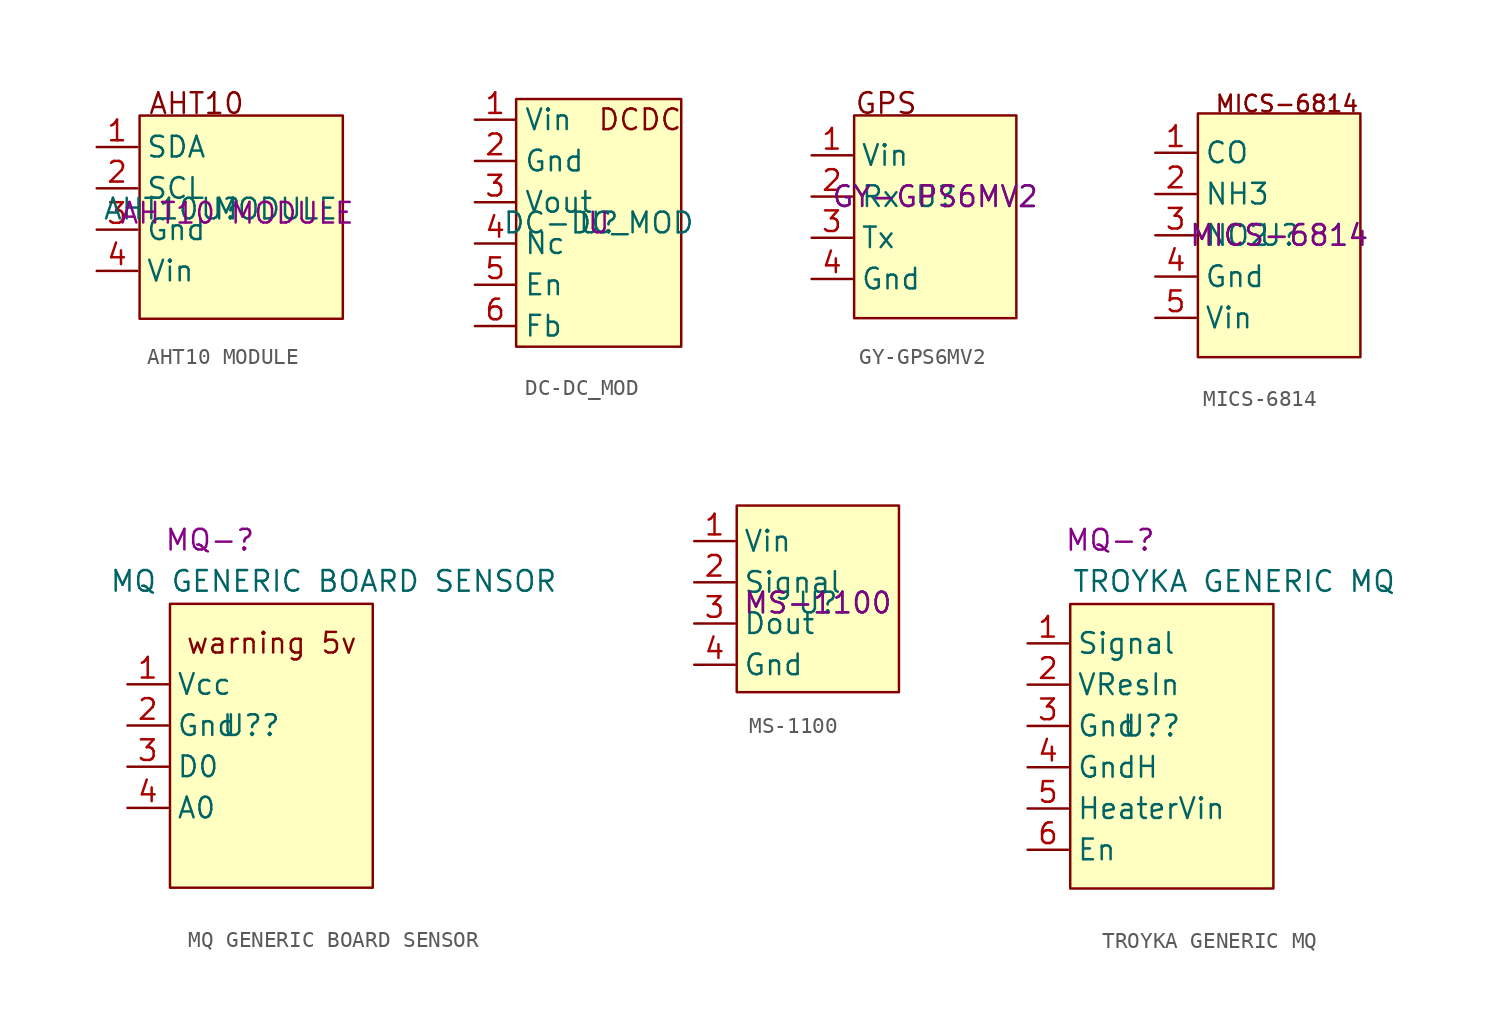
<source format=kicad_sym>
(kicad_symbol_lib
  (version 20211014)
  (generator kicad_symbol_editor)
  (symbol "AHT10 MODULE"
    (property "Reference" "U"
      (at 0 0 0)
      (effects (font (size 1.27 1.27))))
    (property "Value" "AHT10 MODULE"
      (at 0 0 0)
      (effects (font (size 1.27 1.27))))
    (property "Reference_1" ""
      (at 1.016 -0.254 0)
      (effects (font (size 1.27 1.27))))
    (property "Value_1" "AHT10 MODULE"
      (at 1.016 -0.254 0)
      (effects (font (size 1.27 1.27))))
    (symbol "AHT10 MODULE_1_0"
      (rectangle (start -4.984 5.746) (end 7.516 -6.754) (stroke (width 0) (type default) (color 0 0 0 0)) (fill (type background)))
      (text "AHT10" (at -4.484 5.746 0) (effects (font (size 1.27 1.27)) (justify left bottom)))
      (pin power_in line (at -7.62 3.81 0) (length 2.5) (name "SDA" (effects (font (size 1.27 1.27)))) (number "1" (effects (font (size 1.27 1.27)))))
      (pin power_in line (at -7.62 1.27 0) (length 2.5) (name "SCL" (effects (font (size 1.27 1.27)))) (number "2" (effects (font (size 1.27 1.27)))))
      (pin power_in line (at -7.62 -1.27 0) (length 2.5) (name "Gnd" (effects (font (size 1.27 1.27)))) (number "3" (effects (font (size 1.27 1.27)))))
      (pin power_in line (at -7.62 -3.81 0) (length 2.5) (name "Vin" (effects (font (size 1.27 1.27)))) (number "4" (effects (font (size 1.27 1.27)))))))
  (symbol "DC-DC_MOD"
    (property "Reference" "U"
      (at 0 0 0)
      (effects (font (size 1.27 1.27))))
    (property "Value" "DC-DC_MOD"
      (at 0 0 0)
      (effects (font (size 1.27 1.27))))
    (property "Reference_1" "U"
      (at 0 0 0)
      (effects (font (size 1.27 1.27))))
    (property "Value_1" ""
      (at -7.62 -6.35 0)
      (effects (font (size 1.27 1.27))))
    (symbol "DC-DC_MOD_0_1"
      (rectangle (start -5.08 7.62) (end 5.08 -7.62) (stroke (width 0) (type default) (color 0 0 0 0)) (fill (type background)))
      (text "DCDC" (at 2.54 6.35 0) (effects (font (size 1.27 1.27)))))
    (symbol "DC-DC_MOD_1_0"
      (pin power_in line (at -7.62 6.35 0) (length 2.5) (name "Vin" (effects (font (size 1.27 1.27)))) (number "1" (effects (font (size 1.27 1.27)))))
      (pin power_in line (at -7.62 3.81 0) (length 2.5) (name "Gnd" (effects (font (size 1.27 1.27)))) (number "2" (effects (font (size 1.27 1.27)))))
      (pin power_in line (at -7.62 1.27 0) (length 2.5) (name "Vout" (effects (font (size 1.27 1.27)))) (number "3" (effects (font (size 1.27 1.27)))))
      (pin power_in line (at -7.62 -1.27 0) (length 2.5) (name "Nc" (effects (font (size 1.27 1.27)))) (number "4" (effects (font (size 1.27 1.27)))))
      (pin power_in line (at -7.62 -3.81 0) (length 2.5) (name "En" (effects (font (size 1.27 1.27)))) (number "5" (effects (font (size 1.27 1.27)))))
      (pin power_in line (at -7.62 -6.35 0) (length 2.5) (name "Fb" (effects (font (size 1.27 1.27)))) (number "6" (effects (font (size 1.27 1.27)))))))
  (symbol "GY-GPS6MV2"
    (property "Reference" "U"
      (at 0 0 0)
      (effects (font (size 1.27 1.27))))
    (property "Value" "GY-GPS6MV2"
      (at 0 0 0)
      (effects (font (size 1.27 1.27))))
    (property "Reference_1" ""
      (at 0 0 0)
      (effects (font (size 1.27 1.27))))
    (property "Value_1" "GY-GPS6MV2"
      (at 0 0 0)
      (effects (font (size 1.27 1.27))))
    (symbol "GY-GPS6MV2_1_0"
      (rectangle (start 5 5) (end -5 -7.5) (stroke (width 0) (type default) (color 0 0 0 0)) (fill (type background)))
      (text "GPS" (at -5 5 0) (effects (font (size 1.27 1.27)) (justify left bottom)))
      (pin power_in line (at -7.62 2.54 0) (length 2.5) (name "Vin" (effects (font (size 1.27 1.27)))) (number "1" (effects (font (size 1.27 1.27)))))
      (pin input line (at -7.62 0 0) (length 2.5) (name "Rx" (effects (font (size 1.27 1.27)))) (number "2" (effects (font (size 1.27 1.27)))))
      (pin output line (at -7.62 -2.54 0) (length 2.5) (name "Tx" (effects (font (size 1.27 1.27)))) (number "3" (effects (font (size 1.27 1.27)))))
      (pin power_in line (at -7.62 -5.08 0) (length 2.5) (name "Gnd" (effects (font (size 1.27 1.27)))) (number "4" (effects (font (size 1.27 1.27)))))))
  (symbol "MICS-6814"
    (property "Reference" "U"
      (at 0 0 0)
      (effects (font (size 1.27 1.27))))
    (property "Value" "MICS-6814"
      (at 0 0 0)
      (effects (font (size 1.27 1.27))))
    (property "Reference_1" ""
      (at 0 0 0)
      (effects (font (size 1.27 1.27))))
    (property "Value_1" "MICS-6814"
      (at 0 0 0)
      (effects (font (size 1.27 1.27))))
    (symbol "MICS-6814_1_0"
      (rectangle (start 5 7.5) (end -5 -7.5) (stroke (width 0) (type default) (color 0 0 0 0)) (fill (type background)))
      (text "MICS-6814" (at -4 7.5 0) (effects (font (size 1.016 1.016)) (justify left bottom)))
      (pin power_in line (at -7.62 5.08 0) (length 2.5) (name "CO" (effects (font (size 1.27 1.27)))) (number "1" (effects (font (size 1.27 1.27)))))
      (pin power_in line (at -7.62 2.54 0) (length 2.5) (name "NH3" (effects (font (size 1.27 1.27)))) (number "2" (effects (font (size 1.27 1.27)))))
      (pin power_in line (at -7.62 0 0) (length 2.5) (name "NO2" (effects (font (size 1.27 1.27)))) (number "3" (effects (font (size 1.27 1.27)))))
      (pin power_in line (at -7.62 -2.54 0) (length 2.5) (name "Gnd" (effects (font (size 1.27 1.27)))) (number "4" (effects (font (size 1.27 1.27)))))
      (pin power_in line (at -7.62 -5.08 0) (length 2.5) (name "Vin" (effects (font (size 1.27 1.27)))) (number "5" (effects (font (size 1.27 1.27)))))))
  (symbol "MQ GENERIC BOARD SENSOR"
    (property "Reference" "U?"
      (at 0 0 0)
      (effects (font (size 1.27 1.27))))
    (property "Value" "MQ GENERIC BOARD SENSOR"
      (at 5.08 8.89 0)
      (effects (font (size 1.27 1.27))))
    (property "Reference_1" ""
      (at 0 0 0)
      (effects (font (size 1.27 1.27))))
    (property "Value_1" "MQ-?"
      (at -2.54 11.43 0)
      (effects (font (size 1.27 1.27))))
    (symbol "MQ GENERIC BOARD SENSOR_0_0"
      (text "warning 5v" (at 1.27 5.08 0) (effects (font (size 1.27 1.27)))))
    (symbol "MQ GENERIC BOARD SENSOR_1_0"
      (rectangle (start 7.5 7.5) (end -5 -10) (stroke (width 0) (type default) (color 0 0 0 0)) (fill (type background)))
      (pin power_in line (at -7.62 2.54 0) (length 2.5) (name "Vcc" (effects (font (size 1.27 1.27)))) (number "1" (effects (font (size 1.27 1.27)))))
      (pin power_in line (at -7.62 0 0) (length 2.5) (name "Gnd" (effects (font (size 1.27 1.27)))) (number "2" (effects (font (size 1.27 1.27)))))
      (pin power_in line (at -7.62 -2.54 0) (length 2.5) (name "D0" (effects (font (size 1.27 1.27)))) (number "3" (effects (font (size 1.27 1.27)))))
      (pin power_in line (at -7.62 -5.08 0) (length 2.5) (name "A0" (effects (font (size 1.27 1.27)))) (number "4" (effects (font (size 1.27 1.27)))))))
  (symbol "MS-1100"
    (property "Reference" "U"
      (at 0 0 0)
      (effects (font (size 1.27 1.27))))
    (property "Value" "MS-1100"
      (at 0 0 0)
      (effects (font (size 1.27 1.27))))
    (property "Reference_1" ""
      (at 0 0 0)
      (effects (font (size 1.27 1.27))))
    (property "Value_1" "MS-1100"
      (at 0 0 0)
      (effects (font (size 1.27 1.27))))
    (symbol "MS-1100_1_0"
      (rectangle (start 5 6) (end -5 -5.5) (stroke (width 0) (type default) (color 0 0 0 0)) (fill (type background)))
      (pin power_in line (at -7.62 3.81 0) (length 2.5) (name "Vin" (effects (font (size 1.27 1.27)))) (number "1" (effects (font (size 1.27 1.27)))))
      (pin power_in line (at -7.62 1.27 0) (length 2.5) (name "Signal" (effects (font (size 1.27 1.27)))) (number "2" (effects (font (size 1.27 1.27)))))
      (pin power_in line (at -7.62 -1.27 0) (length 2.5) (name "Dout" (effects (font (size 1.27 1.27)))) (number "3" (effects (font (size 1.27 1.27)))))
      (pin power_in line (at -7.62 -3.81 0) (length 2.5) (name "Gnd" (effects (font (size 1.27 1.27)))) (number "4" (effects (font (size 1.27 1.27)))))))
  (symbol "TROYKA GENERIC MQ"
    (property "Reference" "U?"
      (at 0 0 0)
      (effects (font (size 1.27 1.27))))
    (property "Value" "TROYKA GENERIC MQ"
      (at 5.08 8.89 0)
      (effects (font (size 1.27 1.27))))
    (property "Reference_1" ""
      (at 0 0 0)
      (effects (font (size 1.27 1.27))))
    (property "Value_1" "MQ-?"
      (at -2.54 11.43 0)
      (effects (font (size 1.27 1.27))))
    (symbol "TROYKA GENERIC MQ_1_0"
      (rectangle (start 7.5 7.5) (end -5 -10) (stroke (width 0) (type default) (color 0 0 0 0)) (fill (type background)))
      (pin output line (at -7.62 5.08 0) (length 2.5) (name "Signal" (effects (font (size 1.27 1.27)))) (number "1" (effects (font (size 1.27 1.27)))))
      (pin power_in line (at -7.62 2.54 0) (length 2.5) (name "VResIn" (effects (font (size 1.27 1.27)))) (number "2" (effects (font (size 1.27 1.27)))))
      (pin power_in line (at -7.62 0 0) (length 2.5) (name "Gnd" (effects (font (size 1.27 1.27)))) (number "3" (effects (font (size 1.27 1.27)))))
      (pin power_in line (at -7.62 -2.54 0) (length 2.5) (name "GndH" (effects (font (size 1.27 1.27)))) (number "4" (effects (font (size 1.27 1.27)))))
      (pin power_in line (at -7.62 -5.08 0) (length 2.5) (name "HeaterVin" (effects (font (size 1.27 1.27)))) (number "5" (effects (font (size 1.27 1.27)))))
      (pin input line (at -7.62 -7.62 0) (length 2.5) (name "En" (effects (font (size 1.27 1.27)))) (number "6" (effects (font (size 1.27 1.27))))))))
</source>
